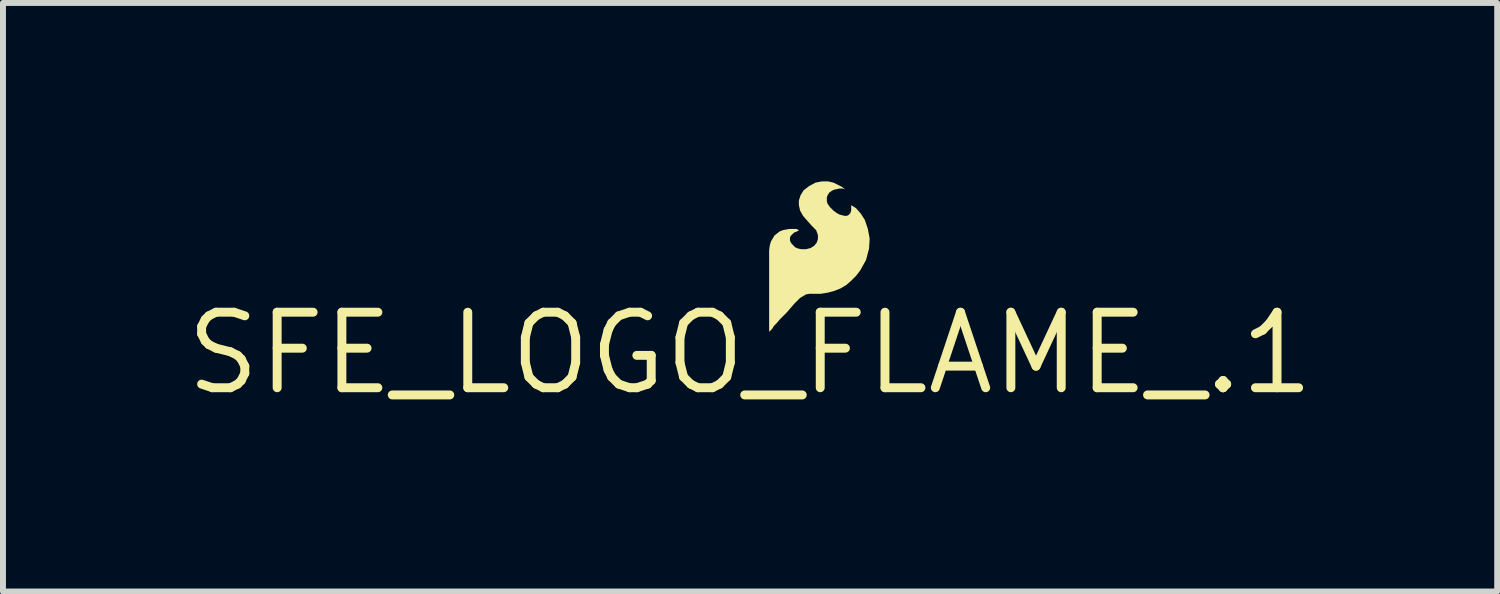
<source format=kicad_pcb>
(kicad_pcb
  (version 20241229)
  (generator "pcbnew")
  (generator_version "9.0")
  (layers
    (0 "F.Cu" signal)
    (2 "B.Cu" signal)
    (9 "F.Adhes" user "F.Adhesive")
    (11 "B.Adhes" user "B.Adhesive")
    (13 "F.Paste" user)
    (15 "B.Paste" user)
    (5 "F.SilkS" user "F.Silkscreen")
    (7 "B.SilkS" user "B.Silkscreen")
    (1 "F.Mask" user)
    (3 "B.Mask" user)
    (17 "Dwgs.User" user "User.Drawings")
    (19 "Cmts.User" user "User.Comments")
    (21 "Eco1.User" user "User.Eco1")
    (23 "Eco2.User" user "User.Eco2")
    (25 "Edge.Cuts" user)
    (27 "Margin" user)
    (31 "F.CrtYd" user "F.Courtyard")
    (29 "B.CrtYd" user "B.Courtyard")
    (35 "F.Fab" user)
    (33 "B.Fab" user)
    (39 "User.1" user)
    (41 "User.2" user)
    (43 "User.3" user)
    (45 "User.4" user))
  (footprint "SFE_LOGO_FLAME_.1"
    (layer "F.Cu")
    (at 9.563 2.89)
    (property "Reference" "SFE_LOGO_FLAME_.1" (at 0 0 0) (layer "F.SilkS") (effects (font (size 1.27 1.27) (thickness 0.15))))
    (attr through_hole)
    (fp_poly (pts (xy 1.7 -2.49) (xy 1.7 -2.4) (xy 1.69 -2.37) (xy 1.68 -2.35) (xy 1.65 -2.32) (xy 1.62 -2.31) (xy 1.59 -2.31) (xy 1.51 -2.33) (xy 1.47 -2.35) (xy 1.44 -2.37) (xy 1.4 -2.4) (xy 1.34 -2.46) (xy 1.3 -2.52) (xy 1.29 -2.56) (xy 1.29 -2.62) (xy 1.3 -2.65) (xy 1.31 -2.67) (xy 1.33 -2.7) (xy 1.37 -2.73) (xy 1.41 -2.75) (xy 1.46 -2.76) (xy 1.5 -2.77) (xy 1.56 -2.77) (xy 1.58 -2.76) (xy 1.59 -2.76) (xy 1.58 -2.77) (xy 1.54 -2.8) (xy 1.4 -2.87) (xy 1.31 -2.89) (xy 1.21 -2.89) (xy 1.1 -2.87) (xy 0.99 -2.81) (xy 0.9 -2.74) (xy 0.85 -2.66) (xy 0.82 -2.57) (xy 0.82 -2.49) (xy 0.84 -2.4) (xy 0.89 -2.31) (xy 0.96 -2.23) (xy 1.04 -2.14) (xy 1.11 -2.07) (xy 1.14 -1.99) (xy 1.14 -1.92) (xy 1.12 -1.86) (xy 1.08 -1.81) (xy 1.02 -1.77) (xy 0.94 -1.75) (xy 0.86 -1.75) (xy 0.81 -1.76) (xy 0.76 -1.78) (xy 0.7 -1.84) (xy 0.68 -1.87) (xy 0.67 -1.9) (xy 0.67 -1.94) (xy 0.68 -1.97) (xy 0.74 -2.03) (xy 0.77 -2.04) (xy 0.81 -2.06) (xy 0.82 -2.07) (xy 0.78 -2.09) (xy 0.66 -2.09) (xy 0.6 -2.08) (xy 0.55 -2.07) (xy 0.5 -2.05) (xy 0.46 -2.02) (xy 0.41 -1.98) (xy 0.35 -1.88) (xy 0.33 -1.81) (xy 0.32 -1.73) (xy 0.32 -0.36) (xy 0.37 -0.41) (xy 0.4 -0.46) (xy 0.45 -0.51) (xy 0.5 -0.57) (xy 0.62 -0.69) (xy 0.74 -0.83) (xy 0.84 -0.93) (xy 0.94 -0.99) (xy 1 -1) (xy 1.19 -1) (xy 1.31 -1.02) (xy 1.42 -1.05) (xy 1.52 -1.09) (xy 1.62 -1.15) (xy 1.7 -1.22) (xy 1.78 -1.3) (xy 1.85 -1.39) (xy 1.95 -1.57) (xy 2 -1.76) (xy 2.01 -1.93) (xy 1.98 -2.09) (xy 1.93 -2.24) (xy 1.86 -2.35) (xy 1.78 -2.44)) (stroke (width 0) (type solid)) (fill yes) (layer "F.SilkS")))
  (gr_rect
    (start -3 -3)
    (end 22.125 6.896)
    (stroke (width 0.1) (type default))
    (fill no)
    (layer "Edge.Cuts")))
</source>
